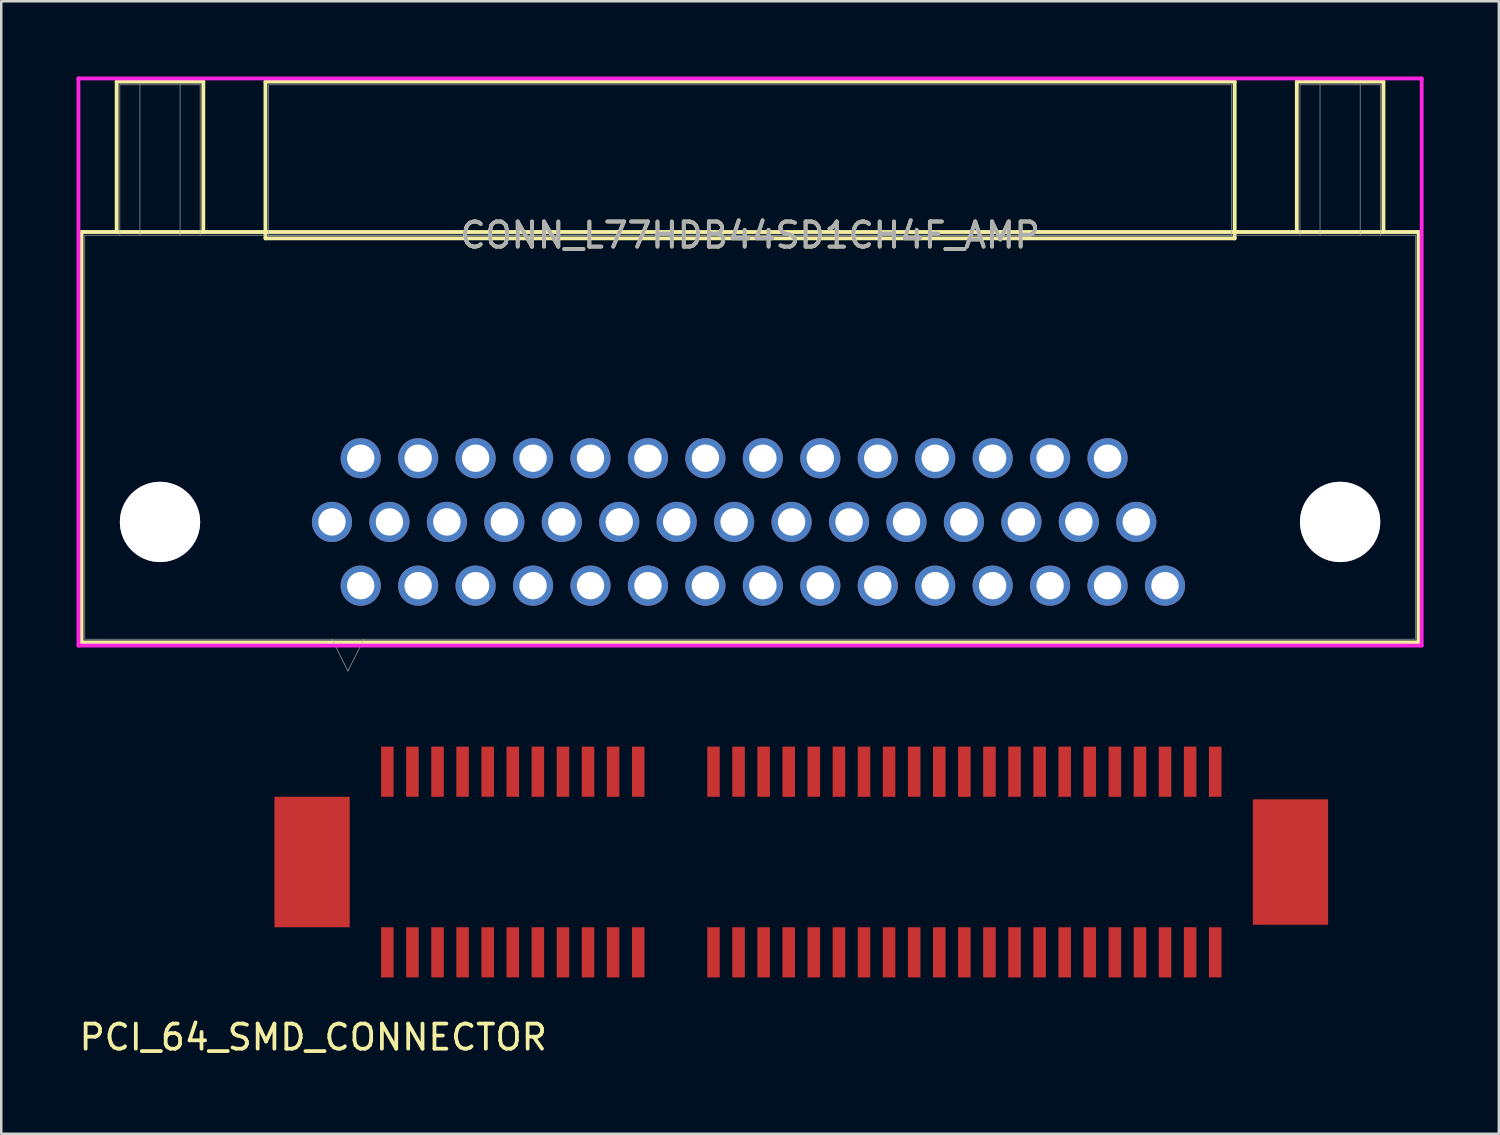
<source format=kicad_pcb>
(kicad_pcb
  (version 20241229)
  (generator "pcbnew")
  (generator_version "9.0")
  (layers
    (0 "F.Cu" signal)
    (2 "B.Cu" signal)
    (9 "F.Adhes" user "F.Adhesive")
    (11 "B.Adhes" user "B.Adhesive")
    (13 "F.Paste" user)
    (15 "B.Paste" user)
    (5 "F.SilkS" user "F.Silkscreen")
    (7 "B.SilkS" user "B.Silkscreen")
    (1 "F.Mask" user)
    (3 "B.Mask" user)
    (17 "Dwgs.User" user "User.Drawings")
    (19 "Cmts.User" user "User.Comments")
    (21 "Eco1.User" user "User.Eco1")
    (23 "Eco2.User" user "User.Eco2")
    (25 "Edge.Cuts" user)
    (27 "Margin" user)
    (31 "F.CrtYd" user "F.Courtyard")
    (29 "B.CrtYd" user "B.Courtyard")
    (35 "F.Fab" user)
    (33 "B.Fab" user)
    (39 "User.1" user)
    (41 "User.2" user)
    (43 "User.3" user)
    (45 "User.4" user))
  (footprint "PCI_64_SMD_CONNECTOR"
    (layer "F.Cu")
    (at 24.04 31.311)
    (property "Reference" "PCI_64_SMD_CONNECTOR" (at -14.605 6.985 0) (layer "F.SilkS") (effects (font (size 1 1) (thickness 0.15))))
    (attr smd)
    (pad "P$A1" smd rect (at -11.65 -3.6 90) (size 2 0.5) (layers "F.Cu" "F.Mask" "F.Paste"))
    (pad "P$A2" smd rect (at -10.65 -3.6 90) (size 2 0.5) (layers "F.Cu" "F.Mask" "F.Paste"))
    (pad "P$A3" smd rect (at -9.65 -3.6 90) (size 2 0.5) (layers "F.Cu" "F.Mask" "F.Paste"))
    (pad "P$A4" smd rect (at -8.65 -3.6 90) (size 2 0.5) (layers "F.Cu" "F.Mask" "F.Paste"))
    (pad "P$A5" smd rect (at -7.65 -3.6 90) (size 2 0.5) (layers "F.Cu" "F.Mask" "F.Paste"))
    (pad "P$A6" smd rect (at -6.65 -3.6 90) (size 2 0.5) (layers "F.Cu" "F.Mask" "F.Paste"))
    (pad "P$A7" smd rect (at -5.65 -3.6 90) (size 2 0.5) (layers "F.Cu" "F.Mask" "F.Paste"))
    (pad "P$A8" smd rect (at -4.65 -3.6 90) (size 2 0.5) (layers "F.Cu" "F.Mask" "F.Paste"))
    (pad "P$A9" smd rect (at -3.65 -3.6 90) (size 2 0.5) (layers "F.Cu" "F.Mask" "F.Paste"))
    (pad "P$A10" smd rect (at -2.65 -3.6 90) (size 2 0.5) (layers "F.Cu" "F.Mask" "F.Paste"))
    (pad "P$A11" smd rect (at -1.65 -3.6 90) (size 2 0.5) (layers "F.Cu" "F.Mask" "F.Paste"))
    (pad "P$A12" smd rect (at 1.35 -3.6 90) (size 2 0.5) (layers "F.Cu" "F.Mask" "F.Paste"))
    (pad "P$A13" smd rect (at 2.35 -3.6 90) (size 2 0.5) (layers "F.Cu" "F.Mask" "F.Paste"))
    (pad "P$A14" smd rect (at 3.35 -3.6 90) (size 2 0.5) (layers "F.Cu" "F.Mask" "F.Paste"))
    (pad "P$A15" smd rect (at 4.35 -3.6 90) (size 2 0.5) (layers "F.Cu" "F.Mask" "F.Paste"))
    (pad "P$A16" smd rect (at 5.35 -3.6 90) (size 2 0.5) (layers "F.Cu" "F.Mask" "F.Paste"))
    (pad "P$A17" smd rect (at 6.35 -3.6 90) (size 2 0.5) (layers "F.Cu" "F.Mask" "F.Paste"))
    (pad "P$A18" smd rect (at 7.35 -3.6 90) (size 2 0.5) (layers "F.Cu" "F.Mask" "F.Paste"))
    (pad "P$A19" smd rect (at 8.35 -3.6 90) (size 2 0.5) (layers "F.Cu" "F.Mask" "F.Paste"))
    (pad "P$A20" smd rect (at 9.35 -3.6 90) (size 2 0.5) (layers "F.Cu" "F.Mask" "F.Paste"))
    (pad "P$A21" smd rect (at 10.35 -3.6 90) (size 2 0.5) (layers "F.Cu" "F.Mask" "F.Paste"))
    (pad "P$A22" smd rect (at 11.35 -3.6 90) (size 2 0.5) (layers "F.Cu" "F.Mask" "F.Paste"))
    (pad "P$A23" smd rect (at 12.35 -3.6 90) (size 2 0.5) (layers "F.Cu" "F.Mask" "F.Paste"))
    (pad "P$A24" smd rect (at 13.35 -3.6 90) (size 2 0.5) (layers "F.Cu" "F.Mask" "F.Paste"))
    (pad "P$A25" smd rect (at 14.35 -3.6 90) (size 2 0.5) (layers "F.Cu" "F.Mask" "F.Paste"))
    (pad "P$A26" smd rect (at 15.35 -3.6 90) (size 2 0.5) (layers "F.Cu" "F.Mask" "F.Paste"))
    (pad "P$A27" smd rect (at 16.35 -3.6 90) (size 2 0.5) (layers "F.Cu" "F.Mask" "F.Paste"))
    (pad "P$A28" smd rect (at 17.35 -3.6 90) (size 2 0.5) (layers "F.Cu" "F.Mask" "F.Paste"))
    (pad "P$A29" smd rect (at 18.35 -3.6 90) (size 2 0.5) (layers "F.Cu" "F.Mask" "F.Paste"))
    (pad "P$A30" smd rect (at 19.35 -3.6 90) (size 2 0.5) (layers "F.Cu" "F.Mask" "F.Paste"))
    (pad "P$A31" smd rect (at 20.35 -3.6 90) (size 2 0.5) (layers "F.Cu" "F.Mask" "F.Paste"))
    (pad "P$A32" smd rect (at 21.35 -3.6 90) (size 2 0.5) (layers "F.Cu" "F.Mask" "F.Paste"))
    (pad "P$B1" smd rect (at -11.65 3.6 90) (size 2 0.5) (layers "F.Cu" "F.Mask" "F.Paste"))
    (pad "P$B2" smd rect (at -10.65 3.6 90) (size 2 0.5) (layers "F.Cu" "F.Mask" "F.Paste"))
    (pad "P$B3" smd rect (at -9.65 3.6 90) (size 2 0.5) (layers "F.Cu" "F.Mask" "F.Paste"))
    (pad "P$B4" smd rect (at -8.65 3.6 90) (size 2 0.5) (layers "F.Cu" "F.Mask" "F.Paste"))
    (pad "P$B5" smd rect (at -7.65 3.6 90) (size 2 0.5) (layers "F.Cu" "F.Mask" "F.Paste"))
    (pad "P$B6" smd rect (at -6.65 3.6 90) (size 2 0.5) (layers "F.Cu" "F.Mask" "F.Paste"))
    (pad "P$B7" smd rect (at -5.65 3.6 90) (size 2 0.5) (layers "F.Cu" "F.Mask" "F.Paste"))
    (pad "P$B8" smd rect (at -4.65 3.6 90) (size 2 0.5) (layers "F.Cu" "F.Mask" "F.Paste"))
    (pad "P$B9" smd rect (at -3.65 3.6 90) (size 2 0.5) (layers "F.Cu" "F.Mask" "F.Paste"))
    (pad "P$B10" smd rect (at -2.65 3.6 90) (size 2 0.5) (layers "F.Cu" "F.Mask" "F.Paste"))
    (pad "P$B11" smd rect (at -1.65 3.6 90) (size 2 0.5) (layers "F.Cu" "F.Mask" "F.Paste"))
    (pad "P$B12" smd rect (at 1.35 3.6 90) (size 2 0.5) (layers "F.Cu" "F.Mask" "F.Paste"))
    (pad "P$B13" smd rect (at 2.35 3.6 90) (size 2 0.5) (layers "F.Cu" "F.Mask" "F.Paste"))
    (pad "P$B14" smd rect (at 3.35 3.6 90) (size 2 0.5) (layers "F.Cu" "F.Mask" "F.Paste"))
    (pad "P$B15" smd rect (at 4.35 3.6 90) (size 2 0.5) (layers "F.Cu" "F.Mask" "F.Paste"))
    (pad "P$B16" smd rect (at 5.35 3.6 90) (size 2 0.5) (layers "F.Cu" "F.Mask" "F.Paste"))
    (pad "P$B17" smd rect (at 6.35 3.6 90) (size 2 0.5) (layers "F.Cu" "F.Mask" "F.Paste"))
    (pad "P$B18" smd rect (at 7.35 3.6 90) (size 2 0.5) (layers "F.Cu" "F.Mask" "F.Paste"))
    (pad "P$B19" smd rect (at 8.35 3.6 90) (size 2 0.5) (layers "F.Cu" "F.Mask" "F.Paste"))
    (pad "P$B20" smd rect (at 9.35 3.6 90) (size 2 0.5) (layers "F.Cu" "F.Mask" "F.Paste"))
    (pad "P$B21" smd rect (at 10.35 3.6 90) (size 2 0.5) (layers "F.Cu" "F.Mask" "F.Paste"))
    (pad "P$B22" smd rect (at 11.35 3.6 90) (size 2 0.5) (layers "F.Cu" "F.Mask" "F.Paste"))
    (pad "P$B23" smd rect (at 12.35 3.6 90) (size 2 0.5) (layers "F.Cu" "F.Mask" "F.Paste"))
    (pad "P$B24" smd rect (at 13.35 3.6 90) (size 2 0.5) (layers "F.Cu" "F.Mask" "F.Paste"))
    (pad "P$B25" smd rect (at 14.35 3.6 90) (size 2 0.5) (layers "F.Cu" "F.Mask" "F.Paste"))
    (pad "P$B26" smd rect (at 15.35 3.6 90) (size 2 0.5) (layers "F.Cu" "F.Mask" "F.Paste"))
    (pad "P$B27" smd rect (at 16.35 3.6 90) (size 2 0.5) (layers "F.Cu" "F.Mask" "F.Paste"))
    (pad "P$B28" smd rect (at 17.35 3.6 90) (size 2 0.5) (layers "F.Cu" "F.Mask" "F.Paste"))
    (pad "P$B29" smd rect (at 18.35 3.6 90) (size 2 0.5) (layers "F.Cu" "F.Mask" "F.Paste"))
    (pad "P$B30" smd rect (at 19.35 3.6 90) (size 2 0.5) (layers "F.Cu" "F.Mask" "F.Paste"))
    (pad "P$B31" smd rect (at 20.35 3.6 90) (size 2 0.5) (layers "F.Cu" "F.Mask" "F.Paste"))
    (pad "P$B32" smd rect (at 21.35 3.6 90) (size 2 0.5) (layers "F.Cu" "F.Mask" "F.Paste"))
    (pad "P$NC1" smd rect (at -14.65 0 90) (size 5.2 3) (layers "F.Cu" "F.Mask" "F.Paste"))
    (pad "P$NC2" smd rect (at 24.35 0 90) (size 5 3) (layers "F.Cu" "F.Mask" "F.Paste")))
  (footprint "CONN_L77HDB44SD1CH4F_AMP"
    (layer "F.Cu")
    (at 11.328 20.295)
    (property "Reference" "CONN_L77HDB44SD1CH4F_AMP" (at 15.52 -13.97 0) (unlocked yes) (layer "F.SilkS") (effects (font (size 1 1) (thickness 0.15))))
    (attr through_hole)
    (fp_line (start -11.125 -14.097) (end -11.125 2.261) (stroke (width 0.152) (type solid)) (layer "F.SilkS"))
    (fp_line (start -11.125 2.261) (end 42.165 2.261) (stroke (width 0.152) (type solid)) (layer "F.SilkS"))
    (fp_line (start -9.728 -20.091) (end -6.273 -20.091) (stroke (width 0.152) (type solid)) (layer "F.SilkS"))
    (fp_line (start -9.728 -14.097) (end -9.728 -20.091) (stroke (width 0.152) (type solid)) (layer "F.SilkS"))
    (fp_line (start -6.273 -20.091) (end -6.273 -14.097) (stroke (width 0.152) (type solid)) (layer "F.SilkS"))
    (fp_line (start -3.797 -20.091) (end -3.797 -13.843) (stroke (width 0.152) (type solid)) (layer "F.SilkS"))
    (fp_line (start -3.797 -13.843) (end 34.837 -13.843) (stroke (width 0.152) (type solid)) (layer "F.SilkS"))
    (fp_line (start 34.837 -20.091) (end -3.797 -20.091) (stroke (width 0.152) (type solid)) (layer "F.SilkS"))
    (fp_line (start 34.837 -13.843) (end 34.837 -20.091) (stroke (width 0.152) (type solid)) (layer "F.SilkS"))
    (fp_line (start 37.313 -20.091) (end 40.768 -20.091) (stroke (width 0.152) (type solid)) (layer "F.SilkS"))
    (fp_line (start 37.313 -14.097) (end 37.313 -20.091) (stroke (width 0.152) (type solid)) (layer "F.SilkS"))
    (fp_line (start 40.768 -20.091) (end 40.768 -14.097) (stroke (width 0.152) (type solid)) (layer "F.SilkS"))
    (fp_line (start 42.165 -14.097) (end -11.125 -14.097) (stroke (width 0.152) (type solid)) (layer "F.SilkS"))
    (fp_line (start 42.165 2.261) (end 42.165 -14.097) (stroke (width 0.152) (type solid)) (layer "F.SilkS"))
    (fp_line (start -11.252 -20.218) (end -11.252 2.388) (stroke (width 0.152) (type solid)) (layer "F.CrtYd"))
    (fp_line (start -11.252 2.388) (end 42.292 2.388) (stroke (width 0.152) (type solid)) (layer "F.CrtYd"))
    (fp_line (start 42.292 -20.218) (end -11.252 -20.218) (stroke (width 0.152) (type solid)) (layer "F.CrtYd"))
    (fp_line (start 42.292 2.388) (end 42.292 -20.218) (stroke (width 0.152) (type solid)) (layer "F.CrtYd"))
    (fp_line (start -10.998 -13.97) (end -10.998 2.134) (stroke (width 0.025) (type solid)) (layer "F.Fab"))
    (fp_line (start -10.998 2.134) (end 42.038 2.134) (stroke (width 0.025) (type solid)) (layer "F.Fab"))
    (fp_line (start -9.601 -19.964) (end -6.4 -19.964) (stroke (width 0.025) (type solid)) (layer "F.Fab"))
    (fp_line (start -9.601 -13.97) (end -9.601 -19.964) (stroke (width 0.025) (type solid)) (layer "F.Fab"))
    (fp_line (start -8.8 -13.97) (end -8.8 -19.964) (stroke (width 0.025) (type solid)) (layer "F.Fab"))
    (fp_line (start -7.2 -19.964) (end -7.2 -13.97) (stroke (width 0.025) (type solid)) (layer "F.Fab"))
    (fp_line (start -6.4 -19.964) (end -6.4 -13.97) (stroke (width 0.025) (type solid)) (layer "F.Fab"))
    (fp_line (start -3.67 -19.964) (end -3.67 -13.97) (stroke (width 0.025) (type solid)) (layer "F.Fab"))
    (fp_line (start -3.67 -13.97) (end 34.71 -13.97) (stroke (width 0.025) (type solid)) (layer "F.Fab"))
    (fp_line (start -1.145 2.134) (end -0.51 3.404) (stroke (width 0.025) (type solid)) (layer "F.Fab"))
    (fp_line (start 0.125 2.134) (end -0.51 3.404) (stroke (width 0.025) (type solid)) (layer "F.Fab"))
    (fp_line (start 34.71 -19.964) (end -3.67 -19.964) (stroke (width 0.025) (type solid)) (layer "F.Fab"))
    (fp_line (start 34.71 -13.97) (end 34.71 -19.964) (stroke (width 0.025) (type solid)) (layer "F.Fab"))
    (fp_line (start 37.44 -19.964) (end 40.641 -19.964) (stroke (width 0.025) (type solid)) (layer "F.Fab"))
    (fp_line (start 37.44 -13.97) (end 37.44 -19.964) (stroke (width 0.025) (type solid)) (layer "F.Fab"))
    (fp_line (start 38.24 -13.97) (end 38.24 -19.964) (stroke (width 0.025) (type solid)) (layer "F.Fab"))
    (fp_line (start 39.84 -19.964) (end 39.84 -13.97) (stroke (width 0.025) (type solid)) (layer "F.Fab"))
    (fp_line (start 40.641 -19.964) (end 40.641 -13.97) (stroke (width 0.025) (type solid)) (layer "F.Fab"))
    (fp_line (start 42.038 -13.97) (end -10.998 -13.97) (stroke (width 0.025) (type solid)) (layer "F.Fab"))
    (fp_line (start 42.038 2.134) (end 42.038 -13.97) (stroke (width 0.025) (type solid)) (layer "F.Fab"))
    (fp_text user "${REFERENCE}" (at 15.52 -13.97 0) (unlocked yes) (layer "F.Fab") (effects (font (size 1 1) (thickness 0.15))))
    (pad "0" thru_hole circle (at -8 -2.54) (size 3.2 3.2) (drill 3.2) (layers "*.Cu" "*.Mask"))
    (pad "0" thru_hole circle (at 39.04 -2.54) (size 3.2 3.2) (drill 3.2) (layers "*.Cu" "*.Mask"))
    (pad "1" thru_hole circle (at 0.000001 0) (size 1.6 1.6) (drill 1.092) (layers "*.Cu" "*.Mask"))
    (pad "2" thru_hole circle (at 2.29 0) (size 1.6 1.6) (drill 1.092) (layers "*.Cu" "*.Mask"))
    (pad "3" thru_hole circle (at 4.58 0) (size 1.6 1.6) (drill 1.092) (layers "*.Cu" "*.Mask"))
    (pad "4" thru_hole circle (at 6.87 0) (size 1.6 1.6) (drill 1.092) (layers "*.Cu" "*.Mask"))
    (pad "5" thru_hole circle (at 9.16 0) (size 1.6 1.6) (drill 1.092) (layers "*.Cu" "*.Mask"))
    (pad "6" thru_hole circle (at 11.45 0) (size 1.6 1.6) (drill 1.092) (layers "*.Cu" "*.Mask"))
    (pad "7" thru_hole circle (at 13.74 0) (size 1.6 1.6) (drill 1.092) (layers "*.Cu" "*.Mask"))
    (pad "8" thru_hole circle (at 16.03 0) (size 1.6 1.6) (drill 1.092) (layers "*.Cu" "*.Mask"))
    (pad "9" thru_hole circle (at 18.32 0) (size 1.6 1.6) (drill 1.092) (layers "*.Cu" "*.Mask"))
    (pad "10" thru_hole circle (at 20.61 0) (size 1.6 1.6) (drill 1.092) (layers "*.Cu" "*.Mask"))
    (pad "11" thru_hole circle (at 22.9 0) (size 1.6 1.6) (drill 1.092) (layers "*.Cu" "*.Mask"))
    (pad "12" thru_hole circle (at 25.19 0) (size 1.6 1.6) (drill 1.092) (layers "*.Cu" "*.Mask"))
    (pad "13" thru_hole circle (at 27.48 0) (size 1.6 1.6) (drill 1.092) (layers "*.Cu" "*.Mask"))
    (pad "14" thru_hole circle (at 29.77 0) (size 1.6 1.6) (drill 1.092) (layers "*.Cu" "*.Mask"))
    (pad "15" thru_hole circle (at 32.06 0) (size 1.6 1.6) (drill 1.092) (layers "*.Cu" "*.Mask"))
    (pad "16" thru_hole circle (at -1.145 -2.54) (size 1.6 1.6) (drill 1.092) (layers "*.Cu" "*.Mask"))
    (pad "17" thru_hole circle (at 1.145 -2.54) (size 1.6 1.6) (drill 1.092) (layers "*.Cu" "*.Mask"))
    (pad "18" thru_hole circle (at 3.435 -2.54) (size 1.6 1.6) (drill 1.092) (layers "*.Cu" "*.Mask"))
    (pad "19" thru_hole circle (at 5.725 -2.54) (size 1.6 1.6) (drill 1.092) (layers "*.Cu" "*.Mask"))
    (pad "20" thru_hole circle (at 8.015 -2.54) (size 1.6 1.6) (drill 1.092) (layers "*.Cu" "*.Mask"))
    (pad "21" thru_hole circle (at 10.305 -2.54) (size 1.6 1.6) (drill 1.092) (layers "*.Cu" "*.Mask"))
    (pad "22" thru_hole circle (at 12.595 -2.54) (size 1.6 1.6) (drill 1.092) (layers "*.Cu" "*.Mask"))
    (pad "23" thru_hole circle (at 14.885 -2.54) (size 1.6 1.6) (drill 1.092) (layers "*.Cu" "*.Mask"))
    (pad "24" thru_hole circle (at 17.175 -2.54) (size 1.6 1.6) (drill 1.092) (layers "*.Cu" "*.Mask"))
    (pad "25" thru_hole circle (at 19.465 -2.54) (size 1.6 1.6) (drill 1.092) (layers "*.Cu" "*.Mask"))
    (pad "26" thru_hole circle (at 21.755 -2.54) (size 1.6 1.6) (drill 1.092) (layers "*.Cu" "*.Mask"))
    (pad "27" thru_hole circle (at 24.045 -2.54) (size 1.6 1.6) (drill 1.092) (layers "*.Cu" "*.Mask"))
    (pad "28" thru_hole circle (at 26.335 -2.54) (size 1.6 1.6) (drill 1.092) (layers "*.Cu" "*.Mask"))
    (pad "29" thru_hole circle (at 28.625 -2.54) (size 1.6 1.6) (drill 1.092) (layers "*.Cu" "*.Mask"))
    (pad "30" thru_hole circle (at 30.915 -2.54) (size 1.6 1.6) (drill 1.092) (layers "*.Cu" "*.Mask"))
    (pad "31" thru_hole circle (at 0.000001 -5.08) (size 1.6 1.6) (drill 1.092) (layers "*.Cu" "*.Mask"))
    (pad "32" thru_hole circle (at 2.29 -5.08) (size 1.6 1.6) (drill 1.092) (layers "*.Cu" "*.Mask"))
    (pad "33" thru_hole circle (at 4.58 -5.08) (size 1.6 1.6) (drill 1.092) (layers "*.Cu" "*.Mask"))
    (pad "34" thru_hole circle (at 6.87 -5.08) (size 1.6 1.6) (drill 1.092) (layers "*.Cu" "*.Mask"))
    (pad "35" thru_hole circle (at 9.16 -5.08) (size 1.6 1.6) (drill 1.092) (layers "*.Cu" "*.Mask"))
    (pad "36" thru_hole circle (at 11.45 -5.08) (size 1.6 1.6) (drill 1.092) (layers "*.Cu" "*.Mask"))
    (pad "37" thru_hole circle (at 13.74 -5.08) (size 1.6 1.6) (drill 1.092) (layers "*.Cu" "*.Mask"))
    (pad "38" thru_hole circle (at 16.03 -5.08) (size 1.6 1.6) (drill 1.092) (layers "*.Cu" "*.Mask"))
    (pad "39" thru_hole circle (at 18.32 -5.08) (size 1.6 1.6) (drill 1.092) (layers "*.Cu" "*.Mask"))
    (pad "40" thru_hole circle (at 20.61 -5.08) (size 1.6 1.6) (drill 1.092) (layers "*.Cu" "*.Mask"))
    (pad "41" thru_hole circle (at 22.9 -5.08) (size 1.6 1.6) (drill 1.092) (layers "*.Cu" "*.Mask"))
    (pad "42" thru_hole circle (at 25.19 -5.08) (size 1.6 1.6) (drill 1.092) (layers "*.Cu" "*.Mask"))
    (pad "43" thru_hole circle (at 27.48 -5.08) (size 1.6 1.6) (drill 1.092) (layers "*.Cu" "*.Mask"))
    (pad "44" thru_hole circle (at 29.77 -5.08) (size 1.6 1.6) (drill 1.092) (layers "*.Cu" "*.Mask")))
  (gr_rect
    (start -3 -3)
    (end 56.696 42.144)
    (stroke (width 0.1) (type default))
    (fill no)
    (layer "Edge.Cuts")))
</source>
